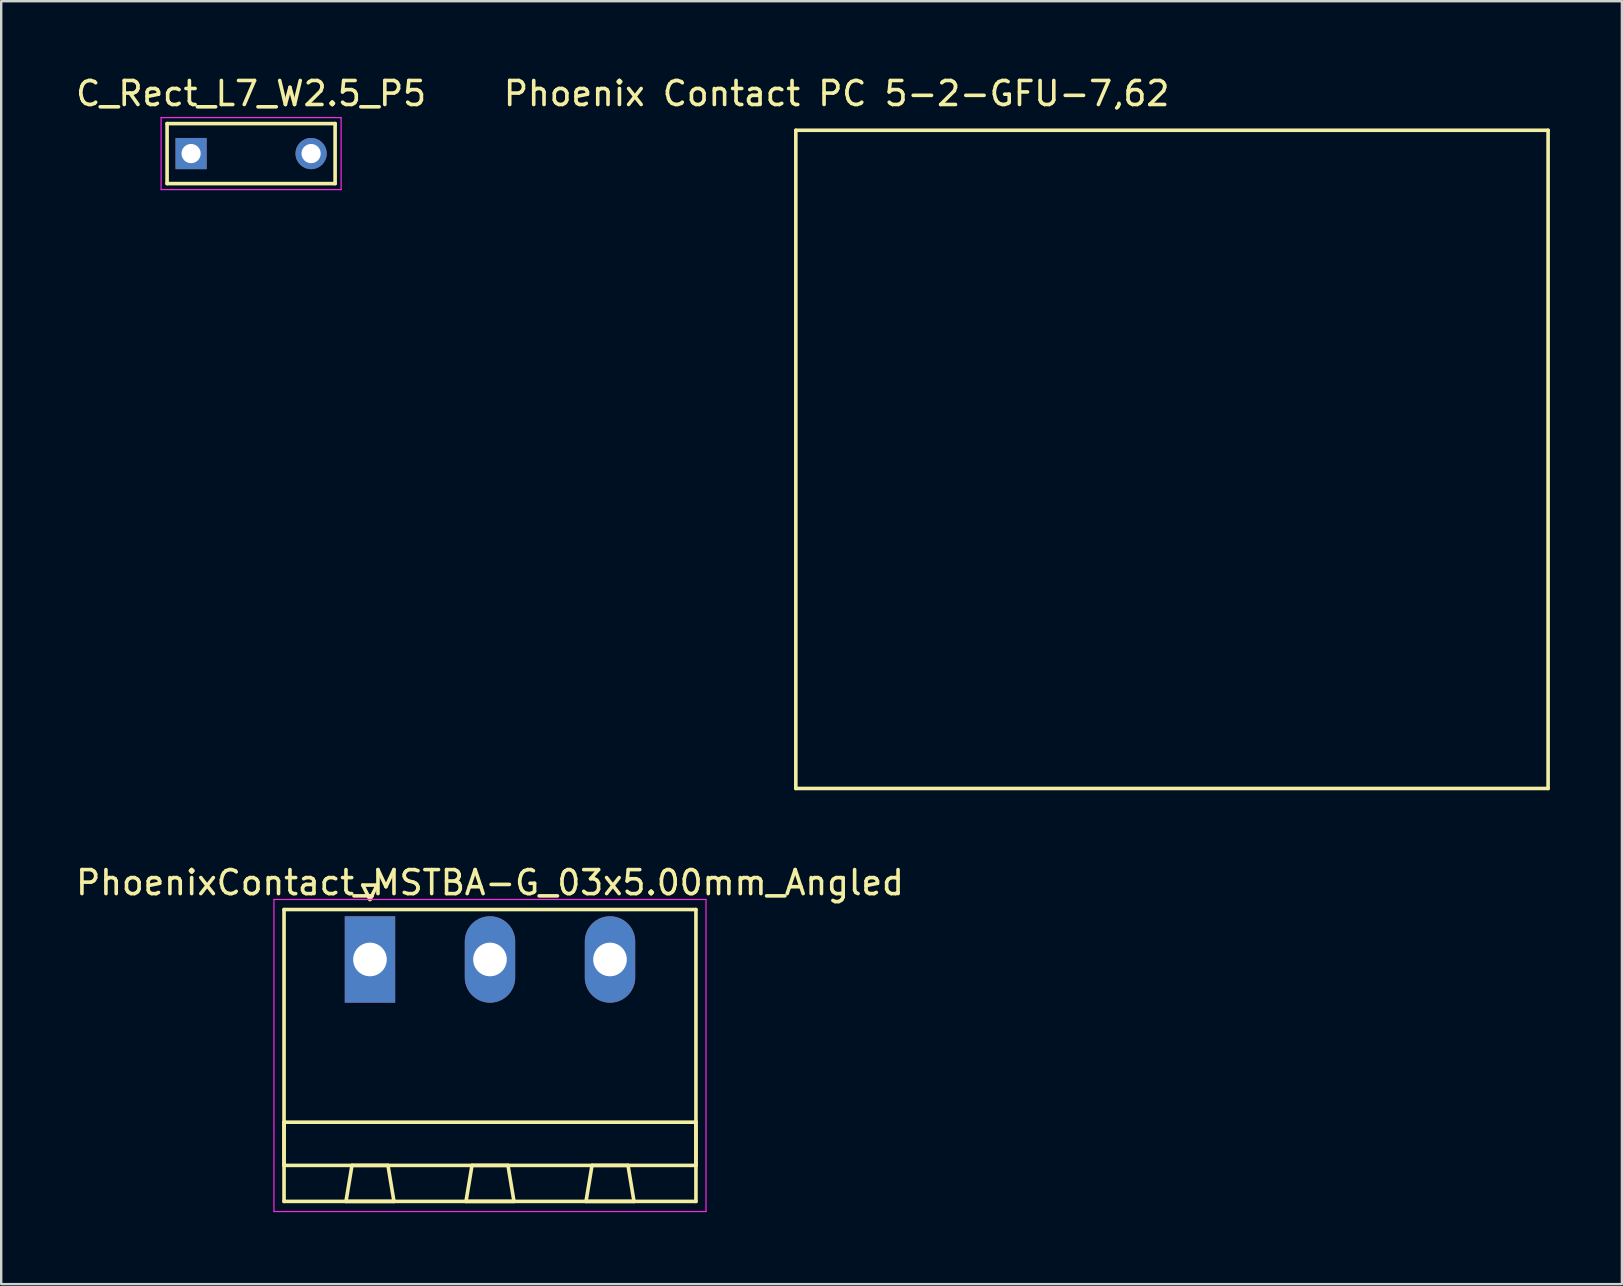
<source format=kicad_pcb>
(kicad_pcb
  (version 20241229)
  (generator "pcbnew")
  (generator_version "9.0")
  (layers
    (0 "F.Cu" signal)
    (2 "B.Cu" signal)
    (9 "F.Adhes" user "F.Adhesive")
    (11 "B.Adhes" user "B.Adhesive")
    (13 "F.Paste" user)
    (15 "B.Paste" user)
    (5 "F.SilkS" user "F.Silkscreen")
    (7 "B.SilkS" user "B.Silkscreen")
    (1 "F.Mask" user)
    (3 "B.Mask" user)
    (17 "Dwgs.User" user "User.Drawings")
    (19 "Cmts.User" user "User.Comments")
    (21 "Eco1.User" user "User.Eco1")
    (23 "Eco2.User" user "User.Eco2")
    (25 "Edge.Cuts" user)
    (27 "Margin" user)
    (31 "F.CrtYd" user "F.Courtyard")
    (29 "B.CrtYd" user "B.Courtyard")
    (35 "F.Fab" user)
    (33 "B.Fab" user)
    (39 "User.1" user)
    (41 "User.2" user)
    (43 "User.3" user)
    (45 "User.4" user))
  (footprint "PhoenixContact_MSTBA-G_03x5.00mm_Angled"
    (layer "F.Cu")
    (at 12.363 36.922)
    (property "Reference" "PhoenixContact_MSTBA-G_03x5.00mm_Angled" (at 5 -3.2 0) (layer "F.SilkS") (effects (font (size 1 1) (thickness 0.15))))
    (attr through_hole)
    (fp_line (start -3.58 -2.08) (end -3.58 10.08) (stroke (width 0.15) (type solid)) (layer "F.SilkS"))
    (fp_line (start -3.58 6.78) (end 13.58 6.78) (stroke (width 0.15) (type solid)) (layer "F.SilkS"))
    (fp_line (start -3.58 8.58) (end -3.58 6.78) (stroke (width 0.15) (type solid)) (layer "F.SilkS"))
    (fp_line (start -3.58 10.08) (end 13.58 10.08) (stroke (width 0.15) (type solid)) (layer "F.SilkS"))
    (fp_line (start -1 10.08) (end 1 10.08) (stroke (width 0.15) (type solid)) (layer "F.SilkS"))
    (fp_line (start -0.75 8.58) (end -1 10.08) (stroke (width 0.15) (type solid)) (layer "F.SilkS"))
    (fp_line (start -0.3 -3.1) (end 0 -2.5) (stroke (width 0.15) (type solid)) (layer "F.SilkS"))
    (fp_line (start 0 -2.5) (end 0.3 -3.1) (stroke (width 0.15) (type solid)) (layer "F.SilkS"))
    (fp_line (start 0.3 -3.1) (end -0.3 -3.1) (stroke (width 0.15) (type solid)) (layer "F.SilkS"))
    (fp_line (start 0.75 8.58) (end -0.75 8.58) (stroke (width 0.15) (type solid)) (layer "F.SilkS"))
    (fp_line (start 1 10.08) (end 0.75 8.58) (stroke (width 0.15) (type solid)) (layer "F.SilkS"))
    (fp_line (start 4 10.08) (end 6 10.08) (stroke (width 0.15) (type solid)) (layer "F.SilkS"))
    (fp_line (start 4.25 8.58) (end 4 10.08) (stroke (width 0.15) (type solid)) (layer "F.SilkS"))
    (fp_line (start 5.75 8.58) (end 4.25 8.58) (stroke (width 0.15) (type solid)) (layer "F.SilkS"))
    (fp_line (start 6 10.08) (end 5.75 8.58) (stroke (width 0.15) (type solid)) (layer "F.SilkS"))
    (fp_line (start 9 10.08) (end 11 10.08) (stroke (width 0.15) (type solid)) (layer "F.SilkS"))
    (fp_line (start 9.25 8.58) (end 9 10.08) (stroke (width 0.15) (type solid)) (layer "F.SilkS"))
    (fp_line (start 10.75 8.58) (end 9.25 8.58) (stroke (width 0.15) (type solid)) (layer "F.SilkS"))
    (fp_line (start 11 10.08) (end 10.75 8.58) (stroke (width 0.15) (type solid)) (layer "F.SilkS"))
    (fp_line (start 13.58 -2.08) (end -3.58 -2.08) (stroke (width 0.15) (type solid)) (layer "F.SilkS"))
    (fp_line (start 13.58 6.78) (end 13.58 8.58) (stroke (width 0.15) (type solid)) (layer "F.SilkS"))
    (fp_line (start 13.58 8.58) (end -3.58 8.58) (stroke (width 0.15) (type solid)) (layer "F.SilkS"))
    (fp_line (start 13.58 10.08) (end 13.58 -2.08) (stroke (width 0.15) (type solid)) (layer "F.SilkS"))
    (fp_line (start -4 -2.5) (end -4 10.5) (stroke (width 0.05) (type solid)) (layer "F.CrtYd"))
    (fp_line (start -4 10.5) (end 14 10.5) (stroke (width 0.05) (type solid)) (layer "F.CrtYd"))
    (fp_line (start 14 -2.5) (end -4 -2.5) (stroke (width 0.05) (type solid)) (layer "F.CrtYd"))
    (fp_line (start 14 10.5) (end 14 -2.5) (stroke (width 0.05) (type solid)) (layer "F.CrtYd"))
    (pad "1" thru_hole rect (at 0 0) (size 2.1 3.6) (drill 1.4) (layers "*.Cu" "*.Mask"))
    (pad "2" thru_hole oval (at 5 0) (size 2.1 3.6) (drill 1.4) (layers "*.Cu" "*.Mask"))
    (pad "3" thru_hole oval (at 10 0) (size 2.1 3.6) (drill 1.4) (layers "*.Cu" "*.Mask")))
  (footprint "C_Rect_L7_W2.5_P5"
    (layer "F.Cu")
    (at 4.911 3.348)
    (property "Reference" "C_Rect_L7_W2.5_P5" (at 2.5 -2.5 0) (layer "F.SilkS") (effects (font (size 1 1) (thickness 0.15))))
    (attr through_hole)
    (fp_line (start -1 -1.25) (end 6 -1.25) (stroke (width 0.15) (type solid)) (layer "F.SilkS"))
    (fp_line (start -1 1.25) (end -1 -1.25) (stroke (width 0.15) (type solid)) (layer "F.SilkS"))
    (fp_line (start 6 -1.25) (end 6 1.25) (stroke (width 0.15) (type solid)) (layer "F.SilkS"))
    (fp_line (start 6 1.25) (end -1 1.25) (stroke (width 0.15) (type solid)) (layer "F.SilkS"))
    (fp_line (start -1.25 -1.5) (end 6.25 -1.5) (stroke (width 0.05) (type solid)) (layer "F.CrtYd"))
    (fp_line (start -1.25 1.5) (end -1.25 -1.5) (stroke (width 0.05) (type solid)) (layer "F.CrtYd"))
    (fp_line (start 6.25 -1.5) (end 6.25 1.5) (stroke (width 0.05) (type solid)) (layer "F.CrtYd"))
    (fp_line (start 6.25 1.5) (end -1.25 1.5) (stroke (width 0.05) (type solid)) (layer "F.CrtYd"))
    (pad "1" thru_hole rect (at 0 0) (size 1.3 1.3) (drill 0.8) (layers "*.Cu" "*.Mask"))
    (pad "2" thru_hole circle (at 5 0) (size 1.3 1.3) (drill 0.8) (layers "*.Cu" "*.Mask")))
  (footprint "Phoenix Contact PC 5-2-GFU-7,62"
    (layer "F.Cu")
    (at 45.774 16.088)
    (property "Reference" "Phoenix Contact PC 5-2-GFU-7,62" (at -13.97 -15.24 0) (layer "F.SilkS") (effects (font (size 1 1) (thickness 0.15))))
    (attr through_hole)
    (fp_line (start -15.67 -13.71) (end 15.67 -13.71) (stroke (width 0.15) (type solid)) (layer "F.SilkS"))
    (fp_line (start -15.67 13.71) (end -15.67 -13.71) (stroke (width 0.15) (type solid)) (layer "F.SilkS"))
    (fp_line (start -15.67 13.71) (end 15.67 13.71) (stroke (width 0.15) (type solid)) (layer "F.SilkS"))
    (fp_line (start 15.67 13.71) (end 15.67 -13.71) (stroke (width 0.15) (type solid)) (layer "F.SilkS")))
  (gr_rect
    (start -3 -3)
    (end 64.519 50.447)
    (stroke (width 0.1) (type default))
    (fill no)
    (layer "Edge.Cuts")))
</source>
